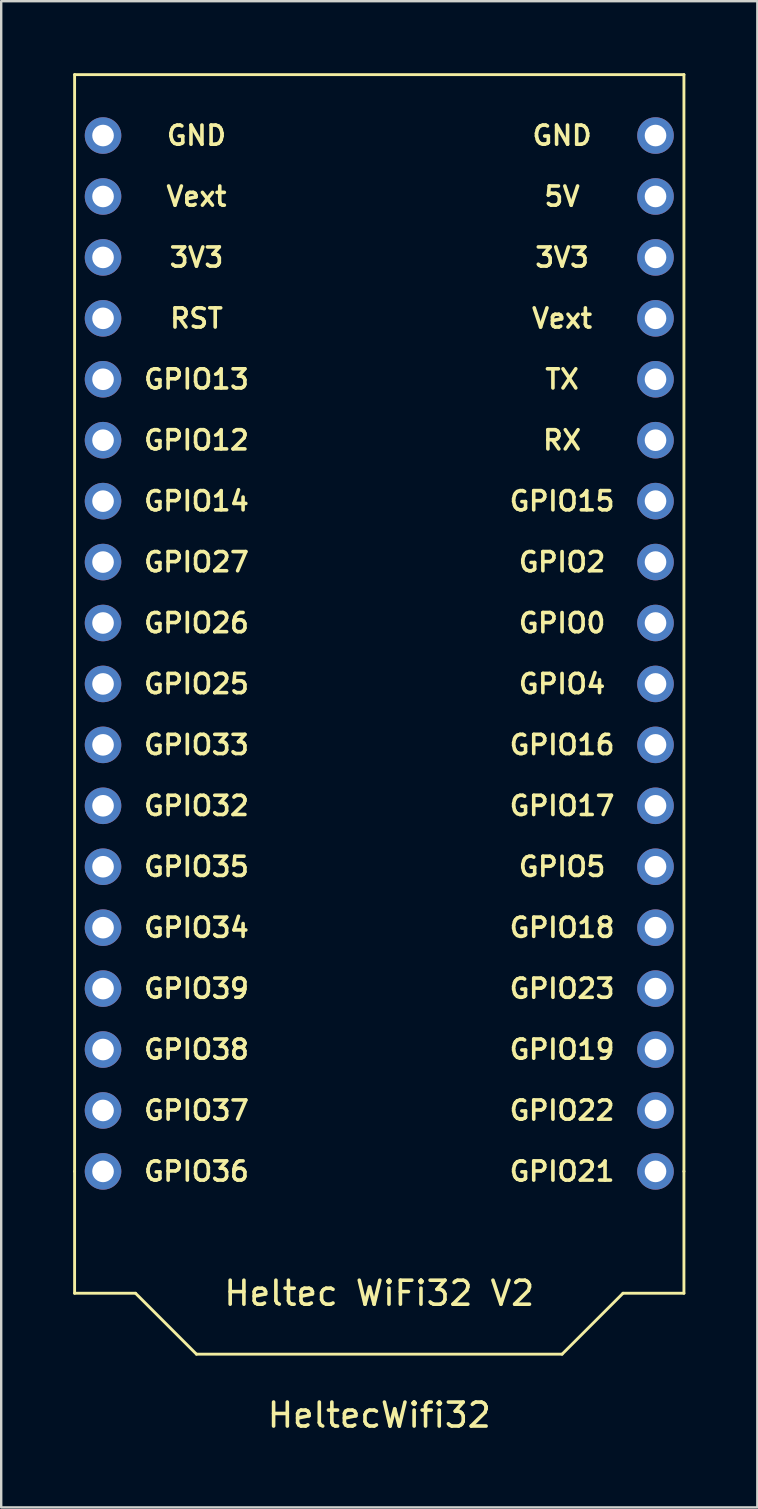
<source format=kicad_pcb>
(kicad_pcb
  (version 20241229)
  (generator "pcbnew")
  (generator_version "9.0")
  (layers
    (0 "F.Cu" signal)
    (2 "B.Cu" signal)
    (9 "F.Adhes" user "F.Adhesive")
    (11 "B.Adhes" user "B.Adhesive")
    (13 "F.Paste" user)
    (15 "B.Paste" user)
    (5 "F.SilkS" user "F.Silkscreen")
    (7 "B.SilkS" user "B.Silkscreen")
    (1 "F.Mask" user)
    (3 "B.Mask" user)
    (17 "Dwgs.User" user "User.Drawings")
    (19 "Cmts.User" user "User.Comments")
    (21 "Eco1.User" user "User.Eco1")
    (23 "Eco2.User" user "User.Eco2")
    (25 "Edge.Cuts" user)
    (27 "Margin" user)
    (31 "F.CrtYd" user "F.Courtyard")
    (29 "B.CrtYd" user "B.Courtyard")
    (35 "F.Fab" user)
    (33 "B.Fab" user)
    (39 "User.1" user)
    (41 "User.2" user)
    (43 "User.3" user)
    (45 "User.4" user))
  (footprint "HeltecWifi32"
    (layer "F.Cu")
    (at 12.76 28)
    (property "Reference" "HeltecWifi32" (at 0 27.94 0) (layer "F.SilkS") (effects (font (size 1 1) (thickness 0.15))))
    (attr through_hole)
    (fp_line (start -12.7 -27.94) (end -12.7 17.78) (stroke (width 0.12) (type solid)) (layer "F.SilkS"))
    (fp_line (start -12.7 -27.94) (end 12.7 -27.94) (stroke (width 0.12) (type solid)) (layer "F.SilkS"))
    (fp_line (start -12.7 17.78) (end -12.7 22.86) (stroke (width 0.12) (type solid)) (layer "F.SilkS"))
    (fp_line (start -12.7 22.86) (end -10.16 22.86) (stroke (width 0.12) (type solid)) (layer "F.SilkS"))
    (fp_line (start -10.16 22.86) (end -7.62 25.4) (stroke (width 0.12) (type solid)) (layer "F.SilkS"))
    (fp_line (start -7.62 25.4) (end 7.62 25.4) (stroke (width 0.12) (type solid)) (layer "F.SilkS"))
    (fp_line (start 7.62 25.4) (end 10.16 22.86) (stroke (width 0.12) (type solid)) (layer "F.SilkS"))
    (fp_line (start 10.16 22.86) (end 12.7 22.86) (stroke (width 0.12) (type solid)) (layer "F.SilkS"))
    (fp_line (start 12.7 17.78) (end 12.7 -27.94) (stroke (width 0.12) (type solid)) (layer "F.SilkS"))
    (fp_line (start 12.7 22.86) (end 12.7 17.78) (stroke (width 0.12) (type solid)) (layer "F.SilkS"))
    (fp_text user "GPIO37" (at -7.62 15.24 0) (layer "F.SilkS") (effects (font (size 0.8 0.8) (thickness 0.15))))
    (fp_text user "GND" (at -7.62 -25.4 0) (layer "F.SilkS") (effects (font (size 0.8 0.8) (thickness 0.15))))
    (fp_text user "RX" (at 7.62 -12.7 0) (layer "F.SilkS") (effects (font (size 0.8 0.8) (thickness 0.15))))
    (fp_text user "RST" (at -7.62 -17.78 0) (layer "F.SilkS") (effects (font (size 0.8 0.8) (thickness 0.15))))
    (fp_text user "GPIO22" (at 7.62 15.24 0) (layer "F.SilkS") (effects (font (size 0.8 0.8) (thickness 0.15))))
    (fp_text user "3V3" (at 7.62 -20.32 0) (layer "F.SilkS") (effects (font (size 0.8 0.8) (thickness 0.15))))
    (fp_text user "GPIO4" (at 7.62 -2.54 0) (layer "F.SilkS") (effects (font (size 0.8 0.8) (thickness 0.15))))
    (fp_text user "GPIO16" (at 7.62 0 0) (layer "F.SilkS") (effects (font (size 0.8 0.8) (thickness 0.15))))
    (fp_text user "GPIO23" (at 7.62 10.16 0) (layer "F.SilkS") (effects (font (size 0.8 0.8) (thickness 0.15))))
    (fp_text user "GPIO14" (at -7.62 -10.16 0) (layer "F.SilkS") (effects (font (size 0.8 0.8) (thickness 0.15))))
    (fp_text user "GPIO34" (at -7.62 7.62 0) (layer "F.SilkS") (effects (font (size 0.8 0.8) (thickness 0.15))))
    (fp_text user "GND" (at 7.62 -25.4 0) (layer "F.SilkS") (effects (font (size 0.8 0.8) (thickness 0.15))))
    (fp_text user "GPIO39" (at -7.62 10.16 0) (layer "F.SilkS") (effects (font (size 0.8 0.8) (thickness 0.15))))
    (fp_text user "GPIO0" (at 7.62 -5.08 0) (layer "F.SilkS") (effects (font (size 0.8 0.8) (thickness 0.15))))
    (fp_text user "GPIO38" (at -7.62 12.7 0) (layer "F.SilkS") (effects (font (size 0.8 0.8) (thickness 0.15))))
    (fp_text user "GPIO36" (at -7.62 17.78 0) (layer "F.SilkS") (effects (font (size 0.8 0.8) (thickness 0.15))))
    (fp_text user "GPIO5" (at 7.62 5.08 0) (layer "F.SilkS") (effects (font (size 0.8 0.8) (thickness 0.15))))
    (fp_text user "5V" (at 7.62 -22.86 0) (layer "F.SilkS") (effects (font (size 0.8 0.8) (thickness 0.15))))
    (fp_text user "GPIO25" (at -7.62 -2.54 0) (layer "F.SilkS") (effects (font (size 0.8 0.8) (thickness 0.15))))
    (fp_text user "GPIO27" (at -7.62 -7.62 0) (layer "F.SilkS") (effects (font (size 0.8 0.8) (thickness 0.15))))
    (fp_text user "GPIO17" (at 7.62 2.54 0) (layer "F.SilkS") (effects (font (size 0.8 0.8) (thickness 0.15))))
    (fp_text user "TX" (at 7.62 -15.24 0) (layer "F.SilkS") (effects (font (size 0.8 0.8) (thickness 0.15))))
    (fp_text user "Vext" (at 7.62 -17.78 0) (layer "F.SilkS") (effects (font (size 0.8 0.8) (thickness 0.15))))
    (fp_text user "GPIO13" (at -7.62 -15.24 0) (layer "F.SilkS") (effects (font (size 0.8 0.8) (thickness 0.15))))
    (fp_text user "Vext" (at -7.62 -22.86 0) (layer "F.SilkS") (effects (font (size 0.8 0.8) (thickness 0.15))))
    (fp_text user "Heltec WiFi32 V2" (at 0 22.86 0) (layer "F.SilkS") (effects (font (size 1 1) (thickness 0.15))))
    (fp_text user "GPIO19" (at 7.62 12.7 0) (layer "F.SilkS") (effects (font (size 0.8 0.8) (thickness 0.15))))
    (fp_text user "GPIO26" (at -7.62 -5.08 0) (layer "F.SilkS") (effects (font (size 0.8 0.8) (thickness 0.15))))
    (fp_text user "3V3" (at -7.62 -20.32 0) (layer "F.SilkS") (effects (font (size 0.8 0.8) (thickness 0.15))))
    (fp_text user "GPIO2" (at 7.62 -7.62 0) (layer "F.SilkS") (effects (font (size 0.8 0.8) (thickness 0.15))))
    (fp_text user "GPIO18" (at 7.62 7.62 0) (layer "F.SilkS") (effects (font (size 0.8 0.8) (thickness 0.15))))
    (fp_text user "GPIO35" (at -7.62 5.08 0) (layer "F.SilkS") (effects (font (size 0.8 0.8) (thickness 0.15))))
    (fp_text user "GPIO33" (at -7.62 0 0) (layer "F.SilkS") (effects (font (size 0.8 0.8) (thickness 0.15))))
    (fp_text user "GPIO12" (at -7.62 -12.7 0) (layer "F.SilkS") (effects (font (size 0.8 0.8) (thickness 0.15))))
    (fp_text user "GPIO32" (at -7.62 2.54 0) (layer "F.SilkS") (effects (font (size 0.8 0.8) (thickness 0.15))))
    (fp_text user "GPIO21" (at 7.62 17.78 0) (layer "F.SilkS") (effects (font (size 0.8 0.8) (thickness 0.15))))
    (fp_text user "GPIO15" (at 7.62 -10.16 0) (layer "F.SilkS") (effects (font (size 0.8 0.8) (thickness 0.15))))
    (pad "1" thru_hole circle (at -11.515 -25.4) (size 1.524 1.524) (drill 0.9) (layers "*.Cu" "*.Mask"))
    (pad "2" thru_hole circle (at -11.515 -22.86) (size 1.524 1.524) (drill 0.9) (layers "*.Cu" "*.Mask"))
    (pad "3" thru_hole circle (at -11.515 -20.32) (size 1.524 1.524) (drill 0.9) (layers "*.Cu" "*.Mask"))
    (pad "4" thru_hole circle (at -11.515 -17.78) (size 1.524 1.524) (drill 0.9) (layers "*.Cu" "*.Mask"))
    (pad "5" thru_hole circle (at -11.515 -15.24) (size 1.524 1.524) (drill 0.9) (layers "*.Cu" "*.Mask"))
    (pad "6" thru_hole circle (at -11.515 -12.7) (size 1.524 1.524) (drill 0.9) (layers "*.Cu" "*.Mask"))
    (pad "7" thru_hole circle (at -11.515 -10.16) (size 1.524 1.524) (drill 0.9) (layers "*.Cu" "*.Mask"))
    (pad "8" thru_hole circle (at -11.515 -7.62) (size 1.524 1.524) (drill 0.9) (layers "*.Cu" "*.Mask"))
    (pad "9" thru_hole circle (at -11.515 -5.08) (size 1.524 1.524) (drill 0.9) (layers "*.Cu" "*.Mask"))
    (pad "10" thru_hole circle (at -11.515 -2.54) (size 1.524 1.524) (drill 0.9) (layers "*.Cu" "*.Mask"))
    (pad "11" thru_hole circle (at -11.515 0) (size 1.524 1.524) (drill 0.9) (layers "*.Cu" "*.Mask"))
    (pad "12" thru_hole circle (at -11.515 2.54) (size 1.524 1.524) (drill 0.9) (layers "*.Cu" "*.Mask"))
    (pad "13" thru_hole circle (at -11.515 5.08) (size 1.524 1.524) (drill 0.9) (layers "*.Cu" "*.Mask"))
    (pad "14" thru_hole circle (at -11.515 7.62) (size 1.524 1.524) (drill 0.9) (layers "*.Cu" "*.Mask"))
    (pad "15" thru_hole circle (at -11.515 10.16) (size 1.524 1.524) (drill 0.9) (layers "*.Cu" "*.Mask"))
    (pad "16" thru_hole circle (at -11.515 12.7) (size 1.524 1.524) (drill 0.9) (layers "*.Cu" "*.Mask"))
    (pad "17" thru_hole circle (at -11.515 15.24) (size 1.524 1.524) (drill 0.9) (layers "*.Cu" "*.Mask"))
    (pad "18" thru_hole circle (at -11.515 17.78) (size 1.524 1.524) (drill 0.9) (layers "*.Cu" "*.Mask"))
    (pad "19" thru_hole circle (at 11.515 17.78) (size 1.524 1.524) (drill 0.9) (layers "*.Cu" "*.Mask"))
    (pad "20" thru_hole circle (at 11.515 15.24) (size 1.524 1.524) (drill 0.9) (layers "*.Cu" "*.Mask"))
    (pad "21" thru_hole circle (at 11.515 12.7) (size 1.524 1.524) (drill 0.9) (layers "*.Cu" "*.Mask"))
    (pad "22" thru_hole circle (at 11.515 10.16) (size 1.524 1.524) (drill 0.9) (layers "*.Cu" "*.Mask"))
    (pad "23" thru_hole circle (at 11.515 7.62) (size 1.524 1.524) (drill 0.9) (layers "*.Cu" "*.Mask"))
    (pad "24" thru_hole circle (at 11.515 5.08) (size 1.524 1.524) (drill 0.9) (layers "*.Cu" "*.Mask"))
    (pad "25" thru_hole circle (at 11.515 2.54) (size 1.524 1.524) (drill 0.9) (layers "*.Cu" "*.Mask"))
    (pad "26" thru_hole circle (at 11.515 0) (size 1.524 1.524) (drill 0.9) (layers "*.Cu" "*.Mask"))
    (pad "27" thru_hole circle (at 11.515 -2.54) (size 1.524 1.524) (drill 0.9) (layers "*.Cu" "*.Mask"))
    (pad "28" thru_hole circle (at 11.515 -5.08) (size 1.524 1.524) (drill 0.9) (layers "*.Cu" "*.Mask"))
    (pad "29" thru_hole circle (at 11.515 -7.62) (size 1.524 1.524) (drill 0.9) (layers "*.Cu" "*.Mask"))
    (pad "30" thru_hole circle (at 11.515 -10.16) (size 1.524 1.524) (drill 0.9) (layers "*.Cu" "*.Mask"))
    (pad "31" thru_hole circle (at 11.515 -12.7) (size 1.524 1.524) (drill 0.9) (layers "*.Cu" "*.Mask"))
    (pad "32" thru_hole circle (at 11.515 -15.24) (size 1.524 1.524) (drill 0.9) (layers "*.Cu" "*.Mask"))
    (pad "33" thru_hole circle (at 11.515 -17.78) (size 1.524 1.524) (drill 0.9) (layers "*.Cu" "*.Mask"))
    (pad "34" thru_hole circle (at 11.515 -20.32) (size 1.524 1.524) (drill 0.9) (layers "*.Cu" "*.Mask"))
    (pad "35" thru_hole circle (at 11.515 -22.86) (size 1.524 1.524) (drill 0.9) (layers "*.Cu" "*.Mask"))
    (pad "36" thru_hole circle (at 11.515 -25.4) (size 1.524 1.524) (drill 0.9) (layers "*.Cu" "*.Mask")))
  (gr_rect
    (start -3 -3)
    (end 28.52 59.788)
    (stroke (width 0.1) (type default))
    (fill no)
    (layer "Edge.Cuts")))
</source>
